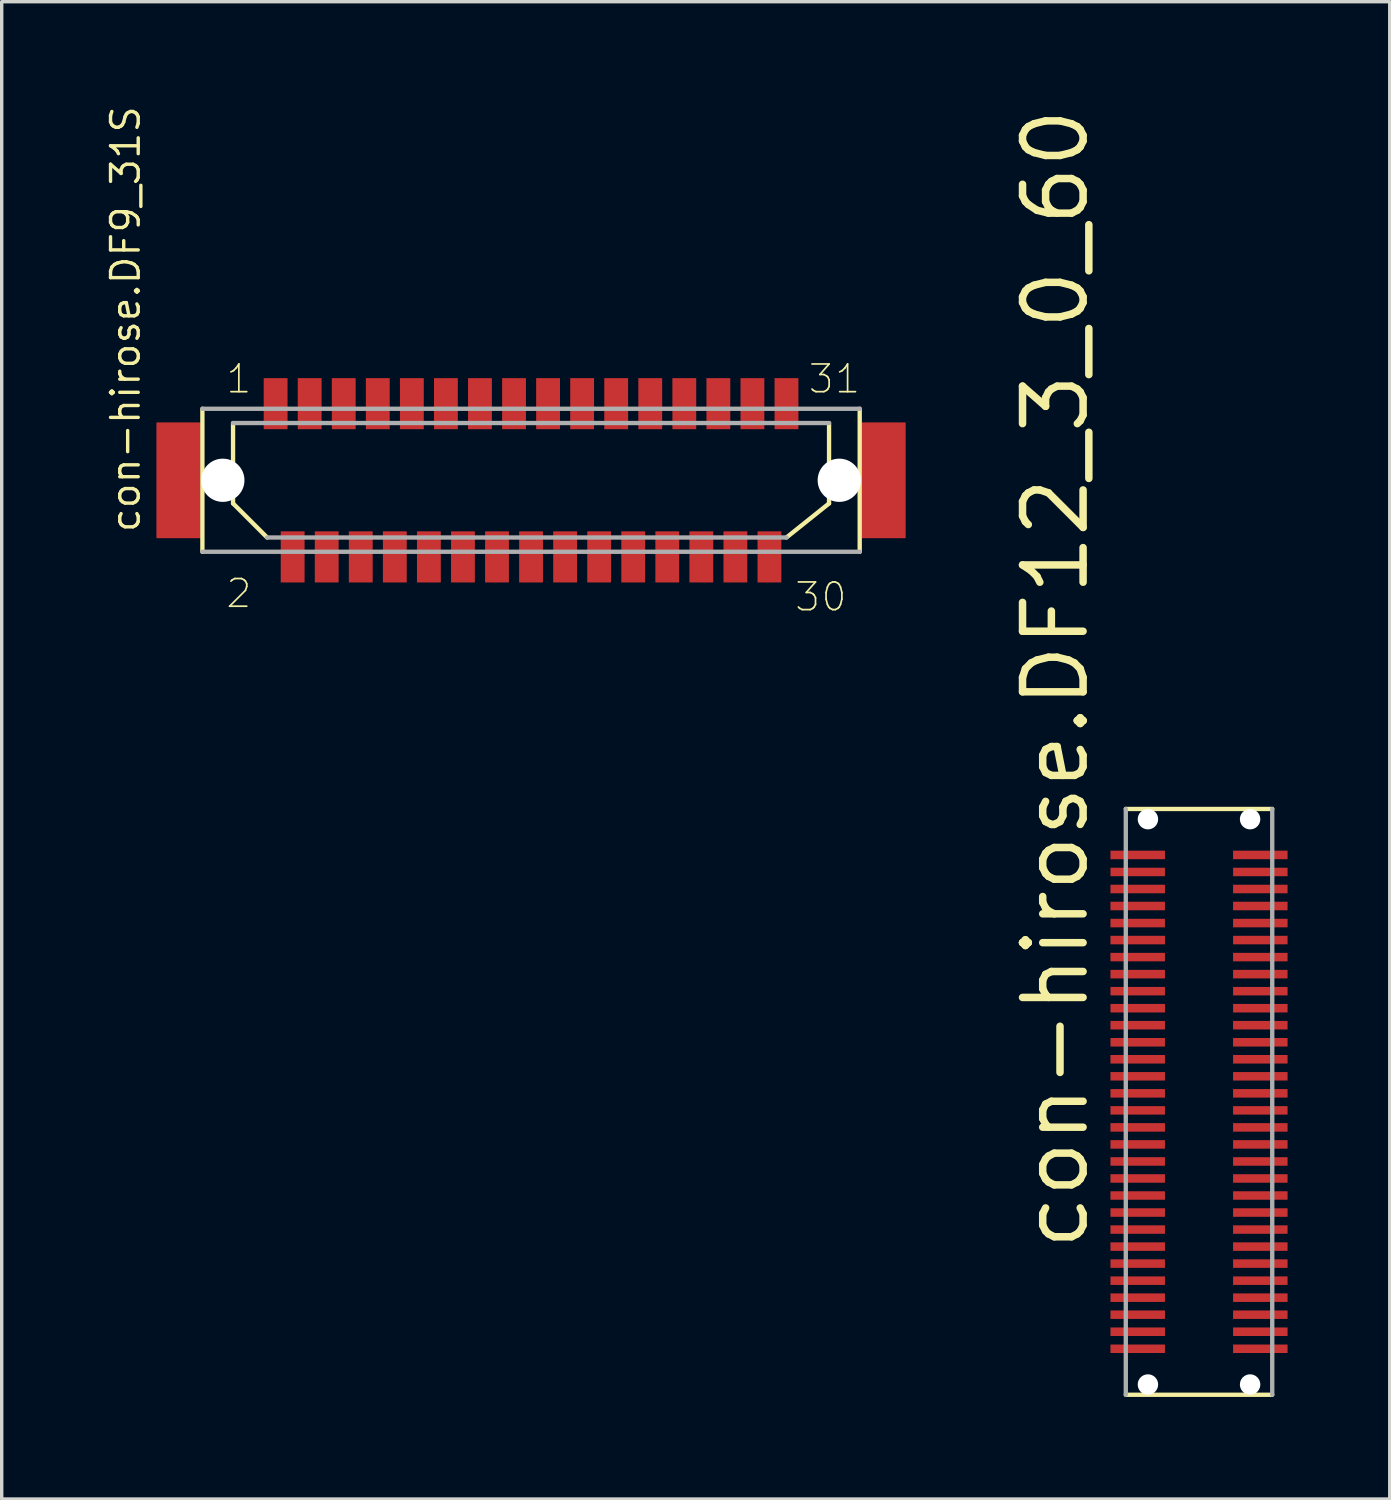
<source format=kicad_pcb>
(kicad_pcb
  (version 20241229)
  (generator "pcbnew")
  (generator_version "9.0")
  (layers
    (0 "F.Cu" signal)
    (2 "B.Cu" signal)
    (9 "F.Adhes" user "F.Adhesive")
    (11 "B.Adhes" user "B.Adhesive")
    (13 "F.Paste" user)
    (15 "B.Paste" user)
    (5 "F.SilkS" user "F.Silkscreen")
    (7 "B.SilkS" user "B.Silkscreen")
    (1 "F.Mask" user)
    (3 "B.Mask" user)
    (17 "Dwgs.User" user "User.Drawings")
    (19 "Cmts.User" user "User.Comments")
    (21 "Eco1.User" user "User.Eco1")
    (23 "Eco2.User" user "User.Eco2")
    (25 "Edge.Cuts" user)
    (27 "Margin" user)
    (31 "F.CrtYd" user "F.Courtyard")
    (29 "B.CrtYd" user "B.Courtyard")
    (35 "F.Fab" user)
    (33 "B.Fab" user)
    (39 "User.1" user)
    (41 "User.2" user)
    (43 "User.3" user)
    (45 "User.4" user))
  (footprint "con-hirose.DF12_3_0_60"
    (layer "F.Cu")
    (at 32.156 29.303)
    (property "Reference" "con-hirose.DF12_3_0_60" (at -3.175 4.445 90) (layer "F.SilkS") (effects (font (size 1.778 1.778) (thickness 0.22)) (justify left bottom)))
    (attr smd)
    (fp_line (start -2.15 8.6) (end 2.15 8.6) (stroke (width 0.127) (type default)) (layer "F.SilkS"))
    (fp_line (start 2.15 -8.6) (end -2.15 -8.6) (stroke (width 0.127) (type default)) (layer "F.SilkS"))
    (fp_line (start -2.15 -8.6) (end -2.15 8.6) (stroke (width 0.127) (type default)) (layer "F.Fab"))
    (fp_line (start 2.15 8.6) (end 2.15 -8.6) (stroke (width 0.127) (type default)) (layer "F.Fab"))
    (pad "" np_thru_hole circle (at -1.5 -8.3) (size 0.6 0.6) (drill 0.6) (layers "*.Cu" "*.Mask"))
    (pad "" np_thru_hole circle (at -1.5 8.3) (size 0.6 0.6) (drill 0.6) (layers "*.Cu" "*.Mask"))
    (pad "" np_thru_hole circle (at 1.5 -8.3) (size 0.6 0.6) (drill 0.6) (layers "*.Cu" "*.Mask"))
    (pad "" np_thru_hole circle (at 1.5 8.3) (size 0.6 0.6) (drill 0.6) (layers "*.Cu" "*.Mask"))
    (pad "1" smd roundrect (at 1.8 -7.25 270) (size 0.25 1.6) (layers "F.Cu" "F.Mask" "F.Paste") (roundrect_rratio 0.01))
    (pad "2" smd roundrect (at 1.8 -6.75 270) (size 0.25 1.6) (layers "F.Cu" "F.Mask" "F.Paste") (roundrect_rratio 0.01))
    (pad "3" smd roundrect (at 1.8 -6.25 270) (size 0.25 1.6) (layers "F.Cu" "F.Mask" "F.Paste") (roundrect_rratio 0.01))
    (pad "4" smd roundrect (at 1.8 -5.75 270) (size 0.25 1.6) (layers "F.Cu" "F.Mask" "F.Paste") (roundrect_rratio 0.01))
    (pad "5" smd roundrect (at 1.8 -5.25 270) (size 0.25 1.6) (layers "F.Cu" "F.Mask" "F.Paste") (roundrect_rratio 0.01))
    (pad "6" smd roundrect (at 1.8 -4.75 270) (size 0.25 1.6) (layers "F.Cu" "F.Mask" "F.Paste") (roundrect_rratio 0.01))
    (pad "7" smd roundrect (at 1.8 -4.25 270) (size 0.25 1.6) (layers "F.Cu" "F.Mask" "F.Paste") (roundrect_rratio 0.01))
    (pad "8" smd roundrect (at 1.8 -3.75 270) (size 0.25 1.6) (layers "F.Cu" "F.Mask" "F.Paste") (roundrect_rratio 0.01))
    (pad "9" smd roundrect (at 1.8 -3.25 270) (size 0.25 1.6) (layers "F.Cu" "F.Mask" "F.Paste") (roundrect_rratio 0.01))
    (pad "10" smd roundrect (at 1.8 -2.75 270) (size 0.25 1.6) (layers "F.Cu" "F.Mask" "F.Paste") (roundrect_rratio 0.01))
    (pad "11" smd roundrect (at 1.8 -2.25 270) (size 0.25 1.6) (layers "F.Cu" "F.Mask" "F.Paste") (roundrect_rratio 0.01))
    (pad "12" smd roundrect (at 1.8 -1.75 270) (size 0.25 1.6) (layers "F.Cu" "F.Mask" "F.Paste") (roundrect_rratio 0.01))
    (pad "13" smd roundrect (at 1.8 -1.25 270) (size 0.25 1.6) (layers "F.Cu" "F.Mask" "F.Paste") (roundrect_rratio 0.01))
    (pad "14" smd roundrect (at 1.8 -0.75 270) (size 0.25 1.6) (layers "F.Cu" "F.Mask" "F.Paste") (roundrect_rratio 0.01))
    (pad "15" smd roundrect (at 1.8 -0.25 270) (size 0.25 1.6) (layers "F.Cu" "F.Mask" "F.Paste") (roundrect_rratio 0.01))
    (pad "16" smd roundrect (at 1.8 0.25 270) (size 0.25 1.6) (layers "F.Cu" "F.Mask" "F.Paste") (roundrect_rratio 0.01))
    (pad "17" smd roundrect (at 1.8 0.75 270) (size 0.25 1.6) (layers "F.Cu" "F.Mask" "F.Paste") (roundrect_rratio 0.01))
    (pad "18" smd roundrect (at 1.8 1.25 270) (size 0.25 1.6) (layers "F.Cu" "F.Mask" "F.Paste") (roundrect_rratio 0.01))
    (pad "19" smd roundrect (at 1.8 1.75 270) (size 0.25 1.6) (layers "F.Cu" "F.Mask" "F.Paste") (roundrect_rratio 0.01))
    (pad "20" smd roundrect (at 1.8 2.25 270) (size 0.25 1.6) (layers "F.Cu" "F.Mask" "F.Paste") (roundrect_rratio 0.01))
    (pad "21" smd roundrect (at 1.8 2.75 270) (size 0.25 1.6) (layers "F.Cu" "F.Mask" "F.Paste") (roundrect_rratio 0.01))
    (pad "22" smd roundrect (at 1.8 3.25 270) (size 0.25 1.6) (layers "F.Cu" "F.Mask" "F.Paste") (roundrect_rratio 0.01))
    (pad "23" smd roundrect (at 1.8 3.75 270) (size 0.25 1.6) (layers "F.Cu" "F.Mask" "F.Paste") (roundrect_rratio 0.01))
    (pad "24" smd roundrect (at 1.8 4.25 270) (size 0.25 1.6) (layers "F.Cu" "F.Mask" "F.Paste") (roundrect_rratio 0.01))
    (pad "25" smd roundrect (at 1.8 4.75 270) (size 0.25 1.6) (layers "F.Cu" "F.Mask" "F.Paste") (roundrect_rratio 0.01))
    (pad "26" smd roundrect (at 1.8 5.25 270) (size 0.25 1.6) (layers "F.Cu" "F.Mask" "F.Paste") (roundrect_rratio 0.01))
    (pad "27" smd roundrect (at 1.8 5.75 270) (size 0.25 1.6) (layers "F.Cu" "F.Mask" "F.Paste") (roundrect_rratio 0.01))
    (pad "28" smd roundrect (at 1.8 6.25 270) (size 0.25 1.6) (layers "F.Cu" "F.Mask" "F.Paste") (roundrect_rratio 0.01))
    (pad "29" smd roundrect (at 1.8 6.75 270) (size 0.25 1.6) (layers "F.Cu" "F.Mask" "F.Paste") (roundrect_rratio 0.01))
    (pad "30" smd roundrect (at 1.8 7.25 270) (size 0.25 1.6) (layers "F.Cu" "F.Mask" "F.Paste") (roundrect_rratio 0.01))
    (pad "31" smd roundrect (at -1.8 7.25 270) (size 0.25 1.6) (layers "F.Cu" "F.Mask" "F.Paste") (roundrect_rratio 0.01))
    (pad "32" smd roundrect (at -1.8 6.75 270) (size 0.25 1.6) (layers "F.Cu" "F.Mask" "F.Paste") (roundrect_rratio 0.01))
    (pad "33" smd roundrect (at -1.8 6.25 270) (size 0.25 1.6) (layers "F.Cu" "F.Mask" "F.Paste") (roundrect_rratio 0.01))
    (pad "34" smd roundrect (at -1.8 5.75 270) (size 0.25 1.6) (layers "F.Cu" "F.Mask" "F.Paste") (roundrect_rratio 0.01))
    (pad "35" smd roundrect (at -1.8 5.25 270) (size 0.25 1.6) (layers "F.Cu" "F.Mask" "F.Paste") (roundrect_rratio 0.01))
    (pad "36" smd roundrect (at -1.8 4.75 270) (size 0.25 1.6) (layers "F.Cu" "F.Mask" "F.Paste") (roundrect_rratio 0.01))
    (pad "37" smd roundrect (at -1.8 4.25 270) (size 0.25 1.6) (layers "F.Cu" "F.Mask" "F.Paste") (roundrect_rratio 0.01))
    (pad "38" smd roundrect (at -1.8 3.75 270) (size 0.25 1.6) (layers "F.Cu" "F.Mask" "F.Paste") (roundrect_rratio 0.01))
    (pad "39" smd roundrect (at -1.8 3.25 270) (size 0.25 1.6) (layers "F.Cu" "F.Mask" "F.Paste") (roundrect_rratio 0.01))
    (pad "40" smd roundrect (at -1.8 2.75 270) (size 0.25 1.6) (layers "F.Cu" "F.Mask" "F.Paste") (roundrect_rratio 0.01))
    (pad "41" smd roundrect (at -1.8 2.25 270) (size 0.25 1.6) (layers "F.Cu" "F.Mask" "F.Paste") (roundrect_rratio 0.01))
    (pad "42" smd roundrect (at -1.8 1.75 270) (size 0.25 1.6) (layers "F.Cu" "F.Mask" "F.Paste") (roundrect_rratio 0.01))
    (pad "43" smd roundrect (at -1.8 1.25 270) (size 0.25 1.6) (layers "F.Cu" "F.Mask" "F.Paste") (roundrect_rratio 0.01))
    (pad "44" smd roundrect (at -1.8 0.75 270) (size 0.25 1.6) (layers "F.Cu" "F.Mask" "F.Paste") (roundrect_rratio 0.01))
    (pad "45" smd roundrect (at -1.8 0.25 270) (size 0.25 1.6) (layers "F.Cu" "F.Mask" "F.Paste") (roundrect_rratio 0.01))
    (pad "46" smd roundrect (at -1.8 -0.25 270) (size 0.25 1.6) (layers "F.Cu" "F.Mask" "F.Paste") (roundrect_rratio 0.01))
    (pad "47" smd roundrect (at -1.8 -0.75 270) (size 0.25 1.6) (layers "F.Cu" "F.Mask" "F.Paste") (roundrect_rratio 0.01))
    (pad "48" smd roundrect (at -1.8 -1.25 270) (size 0.25 1.6) (layers "F.Cu" "F.Mask" "F.Paste") (roundrect_rratio 0.01))
    (pad "49" smd roundrect (at -1.8 -1.75 270) (size 0.25 1.6) (layers "F.Cu" "F.Mask" "F.Paste") (roundrect_rratio 0.01))
    (pad "50" smd roundrect (at -1.8 -2.25 270) (size 0.25 1.6) (layers "F.Cu" "F.Mask" "F.Paste") (roundrect_rratio 0.01))
    (pad "51" smd roundrect (at -1.8 -2.75 270) (size 0.25 1.6) (layers "F.Cu" "F.Mask" "F.Paste") (roundrect_rratio 0.01))
    (pad "52" smd roundrect (at -1.8 -3.25 270) (size 0.25 1.6) (layers "F.Cu" "F.Mask" "F.Paste") (roundrect_rratio 0.01))
    (pad "53" smd roundrect (at -1.8 -3.75 270) (size 0.25 1.6) (layers "F.Cu" "F.Mask" "F.Paste") (roundrect_rratio 0.01))
    (pad "54" smd roundrect (at -1.8 -4.25 270) (size 0.25 1.6) (layers "F.Cu" "F.Mask" "F.Paste") (roundrect_rratio 0.01))
    (pad "55" smd roundrect (at -1.8 -4.75 270) (size 0.25 1.6) (layers "F.Cu" "F.Mask" "F.Paste") (roundrect_rratio 0.01))
    (pad "56" smd roundrect (at -1.8 -5.25 270) (size 0.25 1.6) (layers "F.Cu" "F.Mask" "F.Paste") (roundrect_rratio 0.01))
    (pad "57" smd roundrect (at -1.8 -5.75 270) (size 0.25 1.6) (layers "F.Cu" "F.Mask" "F.Paste") (roundrect_rratio 0.01))
    (pad "58" smd roundrect (at -1.8 -6.25 270) (size 0.25 1.6) (layers "F.Cu" "F.Mask" "F.Paste") (roundrect_rratio 0.01))
    (pad "59" smd roundrect (at -1.8 -6.75 270) (size 0.25 1.6) (layers "F.Cu" "F.Mask" "F.Paste") (roundrect_rratio 0.01))
    (pad "60" smd roundrect (at -1.8 -7.25 270) (size 0.25 1.6) (layers "F.Cu" "F.Mask" "F.Paste") (roundrect_rratio 0.01)))
  (footprint "con-hirose.DF9_31S"
    (layer "F.Cu")
    (at 12.543 11.052)
    (property "Reference" "con-hirose.DF9_31S" (at -11.43 1.587 90) (layer "F.SilkS") (effects (font (size 0.813 0.813) (thickness 0.1)) (justify left bottom)))
    (attr smd)
    (fp_line (start -9.65 2.1) (end -9.65 -2.1) (stroke (width 0.127) (type default)) (layer "F.SilkS"))
    (fp_line (start -8.75 0.68) (end -8.75 -1.68) (stroke (width 0.127) (type default)) (layer "F.SilkS"))
    (fp_line (start -8.75 0.68) (end -7.75 1.68) (stroke (width 0.127) (type default)) (layer "F.SilkS"))
    (fp_line (start 8.75 -1.68) (end 8.75 0.68) (stroke (width 0.127) (type default)) (layer "F.SilkS"))
    (fp_line (start 8.75 0.68) (end 7.5 1.68) (stroke (width 0.127) (type default)) (layer "F.SilkS"))
    (fp_line (start 9.65 -2.1) (end 9.65 2.1) (stroke (width 0.127) (type default)) (layer "F.SilkS"))
    (fp_line (start -9.65 -2.1) (end 9.65 -2.1) (stroke (width 0.127) (type default)) (layer "F.Fab"))
    (fp_line (start -8.75 -1.68) (end 8.75 -1.68) (stroke (width 0.127) (type default)) (layer "F.Fab"))
    (fp_line (start 7.5 1.68) (end -7.75 1.68) (stroke (width 0.127) (type default)) (layer "F.Fab"))
    (fp_line (start 9.65 2.1) (end -9.65 2.1) (stroke (width 0.127) (type default)) (layer "F.Fab"))
    (fp_text user "1" (at -9 -2.5 0) (layer "F.SilkS") (effects (font (size 0.813 0.813) (thickness 0.05)) (justify left bottom)))
    (fp_text user "31" (at 8.1 -2.5 0) (layer "F.SilkS") (effects (font (size 0.813 0.813) (thickness 0.05)) (justify left bottom)))
    (fp_text user "30" (at 7.7 3.9 0) (layer "F.SilkS") (effects (font (size 0.813 0.813) (thickness 0.05)) (justify left bottom)))
    (fp_text user "2" (at -9 3.8 0) (layer "F.SilkS") (effects (font (size 0.813 0.813) (thickness 0.05)) (justify left bottom)))
    (pad "" np_thru_hole circle (at -9.05 0) (size 1.27 1.27) (drill 1.27) (layers "*.Cu" "*.Mask"))
    (pad "" np_thru_hole circle (at 9.05 0) (size 1.27 1.27) (drill 1.27) (layers "*.Cu" "*.Mask"))
    (pad "1" smd roundrect (at -7.5 -2.25) (size 0.7 1.5) (layers "F.Cu" "F.Mask" "F.Paste") (roundrect_rratio 0.01))
    (pad "2" smd roundrect (at -7 2.25) (size 0.7 1.5) (layers "F.Cu" "F.Mask" "F.Paste") (roundrect_rratio 0.01))
    (pad "3" smd roundrect (at -6.5 -2.25) (size 0.7 1.5) (layers "F.Cu" "F.Mask" "F.Paste") (roundrect_rratio 0.01))
    (pad "4" smd roundrect (at -6 2.25) (size 0.7 1.5) (layers "F.Cu" "F.Mask" "F.Paste") (roundrect_rratio 0.01))
    (pad "5" smd roundrect (at -5.5 -2.25) (size 0.7 1.5) (layers "F.Cu" "F.Mask" "F.Paste") (roundrect_rratio 0.01))
    (pad "6" smd roundrect (at -5 2.25) (size 0.7 1.5) (layers "F.Cu" "F.Mask" "F.Paste") (roundrect_rratio 0.01))
    (pad "7" smd roundrect (at -4.5 -2.25) (size 0.7 1.5) (layers "F.Cu" "F.Mask" "F.Paste") (roundrect_rratio 0.01))
    (pad "8" smd roundrect (at -4 2.25) (size 0.7 1.5) (layers "F.Cu" "F.Mask" "F.Paste") (roundrect_rratio 0.01))
    (pad "9" smd roundrect (at -3.5 -2.25) (size 0.7 1.5) (layers "F.Cu" "F.Mask" "F.Paste") (roundrect_rratio 0.01))
    (pad "10" smd roundrect (at -3 2.25) (size 0.7 1.5) (layers "F.Cu" "F.Mask" "F.Paste") (roundrect_rratio 0.01))
    (pad "11" smd roundrect (at -2.5 -2.25) (size 0.7 1.5) (layers "F.Cu" "F.Mask" "F.Paste") (roundrect_rratio 0.01))
    (pad "12" smd roundrect (at -2 2.25) (size 0.7 1.5) (layers "F.Cu" "F.Mask" "F.Paste") (roundrect_rratio 0.01))
    (pad "13" smd roundrect (at -1.5 -2.25) (size 0.7 1.5) (layers "F.Cu" "F.Mask" "F.Paste") (roundrect_rratio 0.01))
    (pad "14" smd roundrect (at -1 2.25) (size 0.7 1.5) (layers "F.Cu" "F.Mask" "F.Paste") (roundrect_rratio 0.01))
    (pad "15" smd roundrect (at -0.5 -2.25) (size 0.7 1.5) (layers "F.Cu" "F.Mask" "F.Paste") (roundrect_rratio 0.01))
    (pad "16" smd roundrect (at 0 2.25) (size 0.7 1.5) (layers "F.Cu" "F.Mask" "F.Paste") (roundrect_rratio 0.01))
    (pad "17" smd roundrect (at 0.5 -2.25) (size 0.7 1.5) (layers "F.Cu" "F.Mask" "F.Paste") (roundrect_rratio 0.01))
    (pad "18" smd roundrect (at 1 2.25) (size 0.7 1.5) (layers "F.Cu" "F.Mask" "F.Paste") (roundrect_rratio 0.01))
    (pad "19" smd roundrect (at 1.5 -2.25) (size 0.7 1.5) (layers "F.Cu" "F.Mask" "F.Paste") (roundrect_rratio 0.01))
    (pad "20" smd roundrect (at 2 2.25) (size 0.7 1.5) (layers "F.Cu" "F.Mask" "F.Paste") (roundrect_rratio 0.01))
    (pad "21" smd roundrect (at 2.5 -2.25) (size 0.7 1.5) (layers "F.Cu" "F.Mask" "F.Paste") (roundrect_rratio 0.01))
    (pad "22" smd roundrect (at 3 2.25) (size 0.7 1.5) (layers "F.Cu" "F.Mask" "F.Paste") (roundrect_rratio 0.01))
    (pad "23" smd roundrect (at 3.5 -2.25) (size 0.7 1.5) (layers "F.Cu" "F.Mask" "F.Paste") (roundrect_rratio 0.01))
    (pad "24" smd roundrect (at 4 2.25) (size 0.7 1.5) (layers "F.Cu" "F.Mask" "F.Paste") (roundrect_rratio 0.01))
    (pad "25" smd roundrect (at 4.5 -2.25) (size 0.7 1.5) (layers "F.Cu" "F.Mask" "F.Paste") (roundrect_rratio 0.01))
    (pad "26" smd roundrect (at 5 2.25) (size 0.7 1.5) (layers "F.Cu" "F.Mask" "F.Paste") (roundrect_rratio 0.01))
    (pad "27" smd roundrect (at 5.5 -2.25) (size 0.7 1.5) (layers "F.Cu" "F.Mask" "F.Paste") (roundrect_rratio 0.01))
    (pad "28" smd roundrect (at 6 2.25) (size 0.7 1.5) (layers "F.Cu" "F.Mask" "F.Paste") (roundrect_rratio 0.01))
    (pad "29" smd roundrect (at 6.5 -2.25) (size 0.7 1.5) (layers "F.Cu" "F.Mask" "F.Paste") (roundrect_rratio 0.01))
    (pad "30" smd roundrect (at 7 2.25) (size 0.7 1.5) (layers "F.Cu" "F.Mask" "F.Paste") (roundrect_rratio 0.01))
    (pad "31" smd roundrect (at 7.5 -2.25) (size 0.7 1.5) (layers "F.Cu" "F.Mask" "F.Paste") (roundrect_rratio 0.01))
    (pad "M1" smd roundrect (at -10.35 0) (size 1.3 3.4) (layers "F.Cu" "F.Mask" "F.Paste") (roundrect_rratio 0.01))
    (pad "M2" smd roundrect (at 10.35 0) (size 1.3 3.4) (layers "F.Cu" "F.Mask" "F.Paste") (roundrect_rratio 0.01)))
  (gr_rect
    (start -3 -3)
    (end 37.756 40.966)
    (stroke (width 0.1) (type default))
    (fill no)
    (layer "Edge.Cuts")))
</source>
